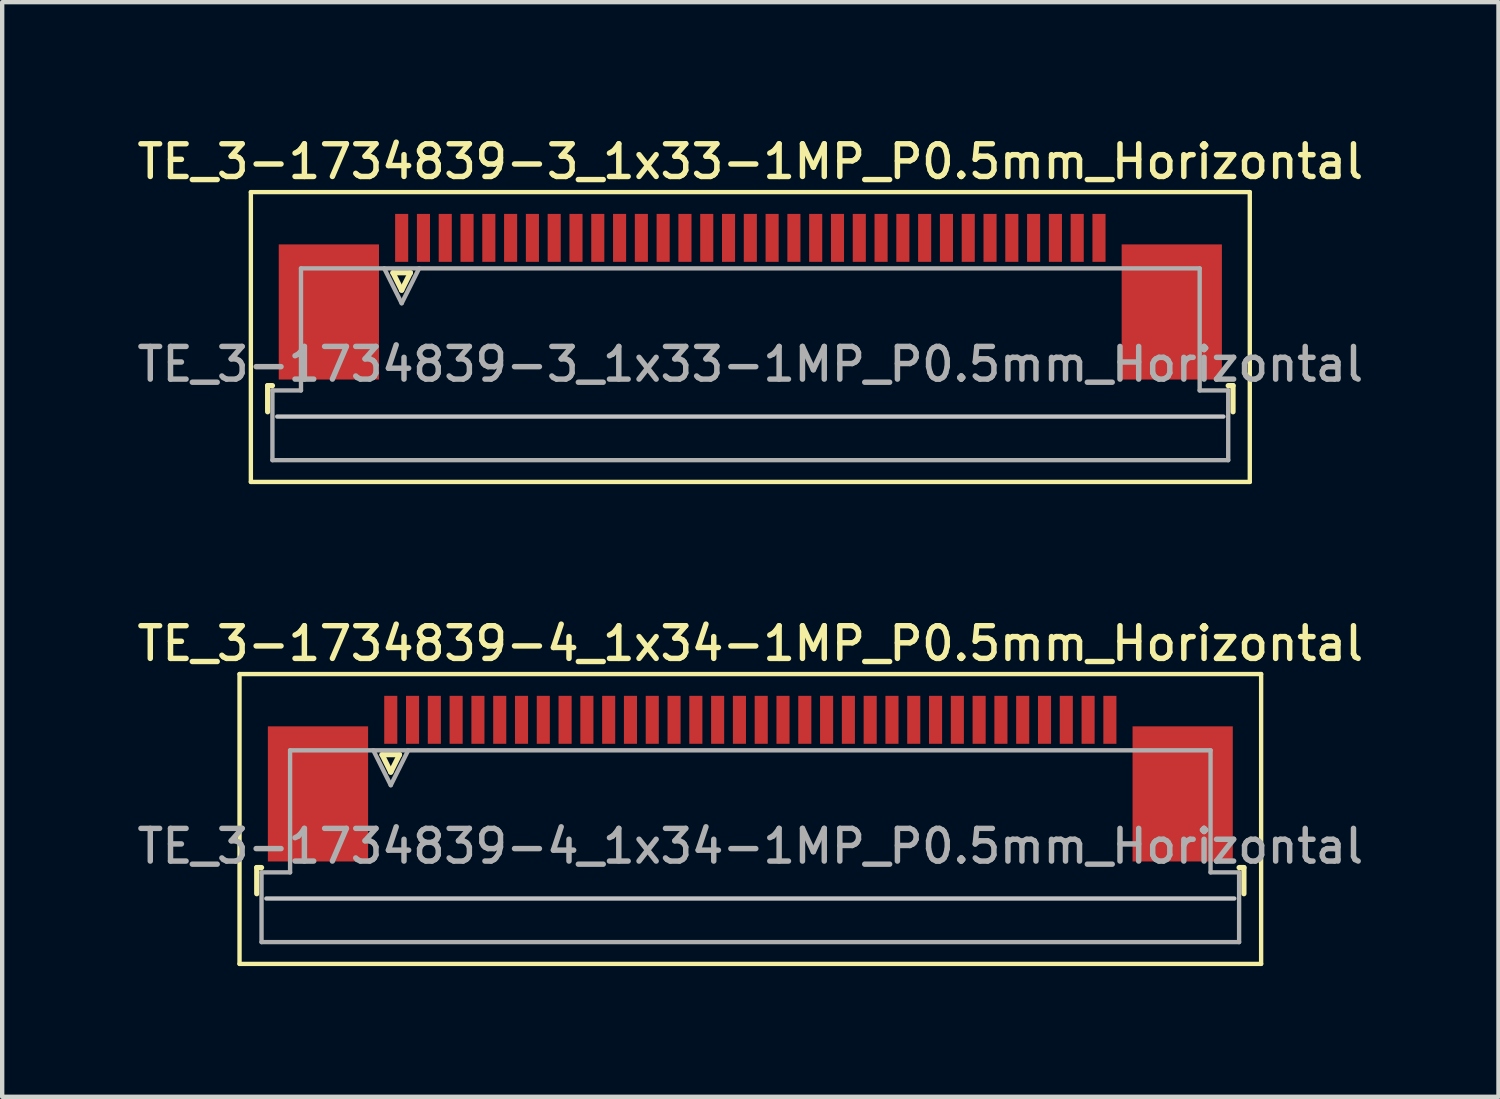
<source format=kicad_pcb>
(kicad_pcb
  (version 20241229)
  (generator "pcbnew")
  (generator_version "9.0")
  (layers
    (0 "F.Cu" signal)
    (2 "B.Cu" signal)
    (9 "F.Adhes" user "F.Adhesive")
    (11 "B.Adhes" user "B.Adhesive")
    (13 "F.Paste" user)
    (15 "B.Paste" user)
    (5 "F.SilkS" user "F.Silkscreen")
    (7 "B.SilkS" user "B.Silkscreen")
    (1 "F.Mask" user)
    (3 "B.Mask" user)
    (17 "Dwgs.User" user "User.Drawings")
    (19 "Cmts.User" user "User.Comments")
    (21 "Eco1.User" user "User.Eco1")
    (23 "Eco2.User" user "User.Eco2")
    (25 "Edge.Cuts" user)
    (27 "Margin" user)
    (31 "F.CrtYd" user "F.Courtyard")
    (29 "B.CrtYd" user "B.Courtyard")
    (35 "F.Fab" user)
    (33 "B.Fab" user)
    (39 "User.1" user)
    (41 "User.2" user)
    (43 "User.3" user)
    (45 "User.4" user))
  (footprint "TE_3-1734839-4_1x34-1MP_P0.5mm_Horizontal"
    (layer "F.Cu")
    (at 14.166 14.816)
    (property "Reference" "TE_3-1734839-4_1x34-1MP_P0.5mm_Horizontal" (at 0 -3.1 0) (layer "F.SilkS") (effects (font (size 0.75 0.75) (thickness 0.125))))
    (attr smd)
    (fp_line (start -11.72 -2.4) (end -11.72 4.25) (stroke (width 0.1) (type solid)) (layer "F.SilkS"))
    (fp_line (start -11.72 4.25) (end 11.72 4.25) (stroke (width 0.1) (type solid)) (layer "F.SilkS"))
    (fp_line (start -11.325 2.04) (end -11.325 2.64) (stroke (width 0.12) (type solid)) (layer "F.SilkS"))
    (fp_line (start -11.215 2.04) (end -11.325 2.04) (stroke (width 0.12) (type solid)) (layer "F.SilkS"))
    (fp_line (start -8.45 -0.55) (end -8.25 -0.15) (stroke (width 0.12) (type solid)) (layer "F.SilkS"))
    (fp_line (start -8.25 -0.15) (end -8.05 -0.55) (stroke (width 0.12) (type solid)) (layer "F.SilkS"))
    (fp_line (start -8.05 -0.55) (end -8.45 -0.55) (stroke (width 0.12) (type solid)) (layer "F.SilkS"))
    (fp_line (start 11.215 2.04) (end 11.325 2.04) (stroke (width 0.12) (type solid)) (layer "F.SilkS"))
    (fp_line (start 11.325 2.04) (end 11.325 2.64) (stroke (width 0.12) (type solid)) (layer "F.SilkS"))
    (fp_line (start 11.72 -2.4) (end -11.72 -2.4) (stroke (width 0.1) (type solid)) (layer "F.SilkS"))
    (fp_line (start 11.72 4.25) (end 11.72 -2.4) (stroke (width 0.1) (type solid)) (layer "F.SilkS"))
    (fp_line (start 11.105 2.75) (end -11.105 2.75) (stroke (width 0.1) (type solid)) (layer "Dwgs.User"))
    (fp_line (start -11.215 2.15) (end -10.56 2.15) (stroke (width 0.1) (type solid)) (layer "F.Fab"))
    (fp_line (start -11.215 3.75) (end -11.215 2.15) (stroke (width 0.1) (type solid)) (layer "F.Fab"))
    (fp_line (start -10.56 -0.65) (end 10.56 -0.65) (stroke (width 0.1) (type solid)) (layer "F.Fab"))
    (fp_line (start -10.56 2.15) (end -10.56 -0.65) (stroke (width 0.1) (type solid)) (layer "F.Fab"))
    (fp_line (start -8.65 -0.65) (end -8.25 0.15) (stroke (width 0.1) (type solid)) (layer "F.Fab"))
    (fp_line (start -8.25 0.15) (end -7.85 -0.65) (stroke (width 0.1) (type solid)) (layer "F.Fab"))
    (fp_line (start 10.56 -0.65) (end 10.56 2.15) (stroke (width 0.1) (type solid)) (layer "F.Fab"))
    (fp_line (start 10.56 2.15) (end 11.215 2.15) (stroke (width 0.1) (type solid)) (layer "F.Fab"))
    (fp_line (start 11.215 2.15) (end 11.215 3.75) (stroke (width 0.1) (type solid)) (layer "F.Fab"))
    (fp_line (start 11.215 3.75) (end -11.215 3.75) (stroke (width 0.1) (type solid)) (layer "F.Fab"))
    (fp_text user "${REFERENCE}" (at 0 1.55 0) (layer "F.Fab") (effects (font (size 0.75 0.75) (thickness 0.125))))
    (pad "1" smd rect (at -8.25 -1.35) (size 0.3 1.1) (layers "F.Cu" "F.Mask" "F.Paste"))
    (pad "2" smd rect (at -7.75 -1.35) (size 0.3 1.1) (layers "F.Cu" "F.Mask" "F.Paste"))
    (pad "3" smd rect (at -7.25 -1.35) (size 0.3 1.1) (layers "F.Cu" "F.Mask" "F.Paste"))
    (pad "4" smd rect (at -6.75 -1.35) (size 0.3 1.1) (layers "F.Cu" "F.Mask" "F.Paste"))
    (pad "5" smd rect (at -6.25 -1.35) (size 0.3 1.1) (layers "F.Cu" "F.Mask" "F.Paste"))
    (pad "6" smd rect (at -5.75 -1.35) (size 0.3 1.1) (layers "F.Cu" "F.Mask" "F.Paste"))
    (pad "7" smd rect (at -5.25 -1.35) (size 0.3 1.1) (layers "F.Cu" "F.Mask" "F.Paste"))
    (pad "8" smd rect (at -4.75 -1.35) (size 0.3 1.1) (layers "F.Cu" "F.Mask" "F.Paste"))
    (pad "9" smd rect (at -4.25 -1.35) (size 0.3 1.1) (layers "F.Cu" "F.Mask" "F.Paste"))
    (pad "10" smd rect (at -3.75 -1.35) (size 0.3 1.1) (layers "F.Cu" "F.Mask" "F.Paste"))
    (pad "11" smd rect (at -3.25 -1.35) (size 0.3 1.1) (layers "F.Cu" "F.Mask" "F.Paste"))
    (pad "12" smd rect (at -2.75 -1.35) (size 0.3 1.1) (layers "F.Cu" "F.Mask" "F.Paste"))
    (pad "13" smd rect (at -2.25 -1.35) (size 0.3 1.1) (layers "F.Cu" "F.Mask" "F.Paste"))
    (pad "14" smd rect (at -1.75 -1.35) (size 0.3 1.1) (layers "F.Cu" "F.Mask" "F.Paste"))
    (pad "15" smd rect (at -1.25 -1.35) (size 0.3 1.1) (layers "F.Cu" "F.Mask" "F.Paste"))
    (pad "16" smd rect (at -0.75 -1.35) (size 0.3 1.1) (layers "F.Cu" "F.Mask" "F.Paste"))
    (pad "17" smd rect (at -0.25 -1.35) (size 0.3 1.1) (layers "F.Cu" "F.Mask" "F.Paste"))
    (pad "18" smd rect (at 0.25 -1.35) (size 0.3 1.1) (layers "F.Cu" "F.Mask" "F.Paste"))
    (pad "19" smd rect (at 0.75 -1.35) (size 0.3 1.1) (layers "F.Cu" "F.Mask" "F.Paste"))
    (pad "20" smd rect (at 1.25 -1.35) (size 0.3 1.1) (layers "F.Cu" "F.Mask" "F.Paste"))
    (pad "21" smd rect (at 1.75 -1.35) (size 0.3 1.1) (layers "F.Cu" "F.Mask" "F.Paste"))
    (pad "22" smd rect (at 2.25 -1.35) (size 0.3 1.1) (layers "F.Cu" "F.Mask" "F.Paste"))
    (pad "23" smd rect (at 2.75 -1.35) (size 0.3 1.1) (layers "F.Cu" "F.Mask" "F.Paste"))
    (pad "24" smd rect (at 3.25 -1.35) (size 0.3 1.1) (layers "F.Cu" "F.Mask" "F.Paste"))
    (pad "25" smd rect (at 3.75 -1.35) (size 0.3 1.1) (layers "F.Cu" "F.Mask" "F.Paste"))
    (pad "26" smd rect (at 4.25 -1.35) (size 0.3 1.1) (layers "F.Cu" "F.Mask" "F.Paste"))
    (pad "27" smd rect (at 4.75 -1.35) (size 0.3 1.1) (layers "F.Cu" "F.Mask" "F.Paste"))
    (pad "28" smd rect (at 5.25 -1.35) (size 0.3 1.1) (layers "F.Cu" "F.Mask" "F.Paste"))
    (pad "29" smd rect (at 5.75 -1.35) (size 0.3 1.1) (layers "F.Cu" "F.Mask" "F.Paste"))
    (pad "30" smd rect (at 6.25 -1.35) (size 0.3 1.1) (layers "F.Cu" "F.Mask" "F.Paste"))
    (pad "31" smd rect (at 6.75 -1.35) (size 0.3 1.1) (layers "F.Cu" "F.Mask" "F.Paste"))
    (pad "32" smd rect (at 7.25 -1.35) (size 0.3 1.1) (layers "F.Cu" "F.Mask" "F.Paste"))
    (pad "33" smd rect (at 7.75 -1.35) (size 0.3 1.1) (layers "F.Cu" "F.Mask" "F.Paste"))
    (pad "34" smd rect (at 8.25 -1.35) (size 0.3 1.1) (layers "F.Cu" "F.Mask" "F.Paste"))
    (pad "MP" smd rect (at -9.92 0.35) (size 2.3 3.1) (layers "F.Cu" "F.Mask" "F.Paste"))
    (pad "MP" smd rect (at 9.92 0.35) (size 2.3 3.1) (layers "F.Cu" "F.Mask" "F.Paste")))
  (footprint "TE_3-1734839-3_1x33-1MP_P0.5mm_Horizontal"
    (layer "F.Cu")
    (at 14.166 3.758)
    (property "Reference" "TE_3-1734839-3_1x33-1MP_P0.5mm_Horizontal" (at 0 -3.1 0) (layer "F.SilkS") (effects (font (size 0.75 0.75) (thickness 0.125))))
    (attr smd)
    (fp_line (start -11.46 -2.4) (end -11.46 4.25) (stroke (width 0.1) (type solid)) (layer "F.SilkS"))
    (fp_line (start -11.46 4.25) (end 11.46 4.25) (stroke (width 0.1) (type solid)) (layer "F.SilkS"))
    (fp_line (start -11.075 2.04) (end -11.075 2.64) (stroke (width 0.12) (type solid)) (layer "F.SilkS"))
    (fp_line (start -10.965 2.04) (end -11.075 2.04) (stroke (width 0.12) (type solid)) (layer "F.SilkS"))
    (fp_line (start -8.2 -0.55) (end -8 -0.15) (stroke (width 0.12) (type solid)) (layer "F.SilkS"))
    (fp_line (start -8 -0.15) (end -7.8 -0.55) (stroke (width 0.12) (type solid)) (layer "F.SilkS"))
    (fp_line (start -7.8 -0.55) (end -8.2 -0.55) (stroke (width 0.12) (type solid)) (layer "F.SilkS"))
    (fp_line (start 10.965 2.04) (end 11.075 2.04) (stroke (width 0.12) (type solid)) (layer "F.SilkS"))
    (fp_line (start 11.075 2.04) (end 11.075 2.64) (stroke (width 0.12) (type solid)) (layer "F.SilkS"))
    (fp_line (start 11.46 -2.4) (end -11.46 -2.4) (stroke (width 0.1) (type solid)) (layer "F.SilkS"))
    (fp_line (start 11.46 4.25) (end 11.46 -2.4) (stroke (width 0.1) (type solid)) (layer "F.SilkS"))
    (fp_line (start 10.855 2.75) (end -10.855 2.75) (stroke (width 0.1) (type solid)) (layer "Dwgs.User"))
    (fp_line (start -10.965 2.15) (end -10.31 2.15) (stroke (width 0.1) (type solid)) (layer "F.Fab"))
    (fp_line (start -10.965 3.75) (end -10.965 2.15) (stroke (width 0.1) (type solid)) (layer "F.Fab"))
    (fp_line (start -10.31 -0.65) (end 10.31 -0.65) (stroke (width 0.1) (type solid)) (layer "F.Fab"))
    (fp_line (start -10.31 2.15) (end -10.31 -0.65) (stroke (width 0.1) (type solid)) (layer "F.Fab"))
    (fp_line (start -8.4 -0.65) (end -8 0.15) (stroke (width 0.1) (type solid)) (layer "F.Fab"))
    (fp_line (start -8 0.15) (end -7.6 -0.65) (stroke (width 0.1) (type solid)) (layer "F.Fab"))
    (fp_line (start 10.31 -0.65) (end 10.31 2.15) (stroke (width 0.1) (type solid)) (layer "F.Fab"))
    (fp_line (start 10.31 2.15) (end 10.965 2.15) (stroke (width 0.1) (type solid)) (layer "F.Fab"))
    (fp_line (start 10.965 2.15) (end 10.965 3.75) (stroke (width 0.1) (type solid)) (layer "F.Fab"))
    (fp_line (start 10.965 3.75) (end -10.965 3.75) (stroke (width 0.1) (type solid)) (layer "F.Fab"))
    (fp_text user "${REFERENCE}" (at 0 1.55 0) (layer "F.Fab") (effects (font (size 0.75 0.75) (thickness 0.125))))
    (pad "1" smd rect (at -8 -1.35) (size 0.3 1.1) (layers "F.Cu" "F.Mask" "F.Paste"))
    (pad "2" smd rect (at -7.5 -1.35) (size 0.3 1.1) (layers "F.Cu" "F.Mask" "F.Paste"))
    (pad "3" smd rect (at -7 -1.35) (size 0.3 1.1) (layers "F.Cu" "F.Mask" "F.Paste"))
    (pad "4" smd rect (at -6.5 -1.35) (size 0.3 1.1) (layers "F.Cu" "F.Mask" "F.Paste"))
    (pad "5" smd rect (at -6 -1.35) (size 0.3 1.1) (layers "F.Cu" "F.Mask" "F.Paste"))
    (pad "6" smd rect (at -5.5 -1.35) (size 0.3 1.1) (layers "F.Cu" "F.Mask" "F.Paste"))
    (pad "7" smd rect (at -5 -1.35) (size 0.3 1.1) (layers "F.Cu" "F.Mask" "F.Paste"))
    (pad "8" smd rect (at -4.5 -1.35) (size 0.3 1.1) (layers "F.Cu" "F.Mask" "F.Paste"))
    (pad "9" smd rect (at -4 -1.35) (size 0.3 1.1) (layers "F.Cu" "F.Mask" "F.Paste"))
    (pad "10" smd rect (at -3.5 -1.35) (size 0.3 1.1) (layers "F.Cu" "F.Mask" "F.Paste"))
    (pad "11" smd rect (at -3 -1.35) (size 0.3 1.1) (layers "F.Cu" "F.Mask" "F.Paste"))
    (pad "12" smd rect (at -2.5 -1.35) (size 0.3 1.1) (layers "F.Cu" "F.Mask" "F.Paste"))
    (pad "13" smd rect (at -2 -1.35) (size 0.3 1.1) (layers "F.Cu" "F.Mask" "F.Paste"))
    (pad "14" smd rect (at -1.5 -1.35) (size 0.3 1.1) (layers "F.Cu" "F.Mask" "F.Paste"))
    (pad "15" smd rect (at -1 -1.35) (size 0.3 1.1) (layers "F.Cu" "F.Mask" "F.Paste"))
    (pad "16" smd rect (at -0.5 -1.35) (size 0.3 1.1) (layers "F.Cu" "F.Mask" "F.Paste"))
    (pad "17" smd rect (at 0 -1.35) (size 0.3 1.1) (layers "F.Cu" "F.Mask" "F.Paste"))
    (pad "18" smd rect (at 0.5 -1.35) (size 0.3 1.1) (layers "F.Cu" "F.Mask" "F.Paste"))
    (pad "19" smd rect (at 1 -1.35) (size 0.3 1.1) (layers "F.Cu" "F.Mask" "F.Paste"))
    (pad "20" smd rect (at 1.5 -1.35) (size 0.3 1.1) (layers "F.Cu" "F.Mask" "F.Paste"))
    (pad "21" smd rect (at 2 -1.35) (size 0.3 1.1) (layers "F.Cu" "F.Mask" "F.Paste"))
    (pad "22" smd rect (at 2.5 -1.35) (size 0.3 1.1) (layers "F.Cu" "F.Mask" "F.Paste"))
    (pad "23" smd rect (at 3 -1.35) (size 0.3 1.1) (layers "F.Cu" "F.Mask" "F.Paste"))
    (pad "24" smd rect (at 3.5 -1.35) (size 0.3 1.1) (layers "F.Cu" "F.Mask" "F.Paste"))
    (pad "25" smd rect (at 4 -1.35) (size 0.3 1.1) (layers "F.Cu" "F.Mask" "F.Paste"))
    (pad "26" smd rect (at 4.5 -1.35) (size 0.3 1.1) (layers "F.Cu" "F.Mask" "F.Paste"))
    (pad "27" smd rect (at 5 -1.35) (size 0.3 1.1) (layers "F.Cu" "F.Mask" "F.Paste"))
    (pad "28" smd rect (at 5.5 -1.35) (size 0.3 1.1) (layers "F.Cu" "F.Mask" "F.Paste"))
    (pad "29" smd rect (at 6 -1.35) (size 0.3 1.1) (layers "F.Cu" "F.Mask" "F.Paste"))
    (pad "30" smd rect (at 6.5 -1.35) (size 0.3 1.1) (layers "F.Cu" "F.Mask" "F.Paste"))
    (pad "31" smd rect (at 7 -1.35) (size 0.3 1.1) (layers "F.Cu" "F.Mask" "F.Paste"))
    (pad "32" smd rect (at 7.5 -1.35) (size 0.3 1.1) (layers "F.Cu" "F.Mask" "F.Paste"))
    (pad "33" smd rect (at 8 -1.35) (size 0.3 1.1) (layers "F.Cu" "F.Mask" "F.Paste"))
    (pad "MP" smd rect (at -9.67 0.35) (size 2.3 3.1) (layers "F.Cu" "F.Mask" "F.Paste"))
    (pad "MP" smd rect (at 9.67 0.35) (size 2.3 3.1) (layers "F.Cu" "F.Mask" "F.Paste")))
  (gr_rect
    (start -3 -3)
    (end 31.332 22.116)
    (stroke (width 0.1) (type default))
    (fill no)
    (layer "Edge.Cuts")))
</source>
